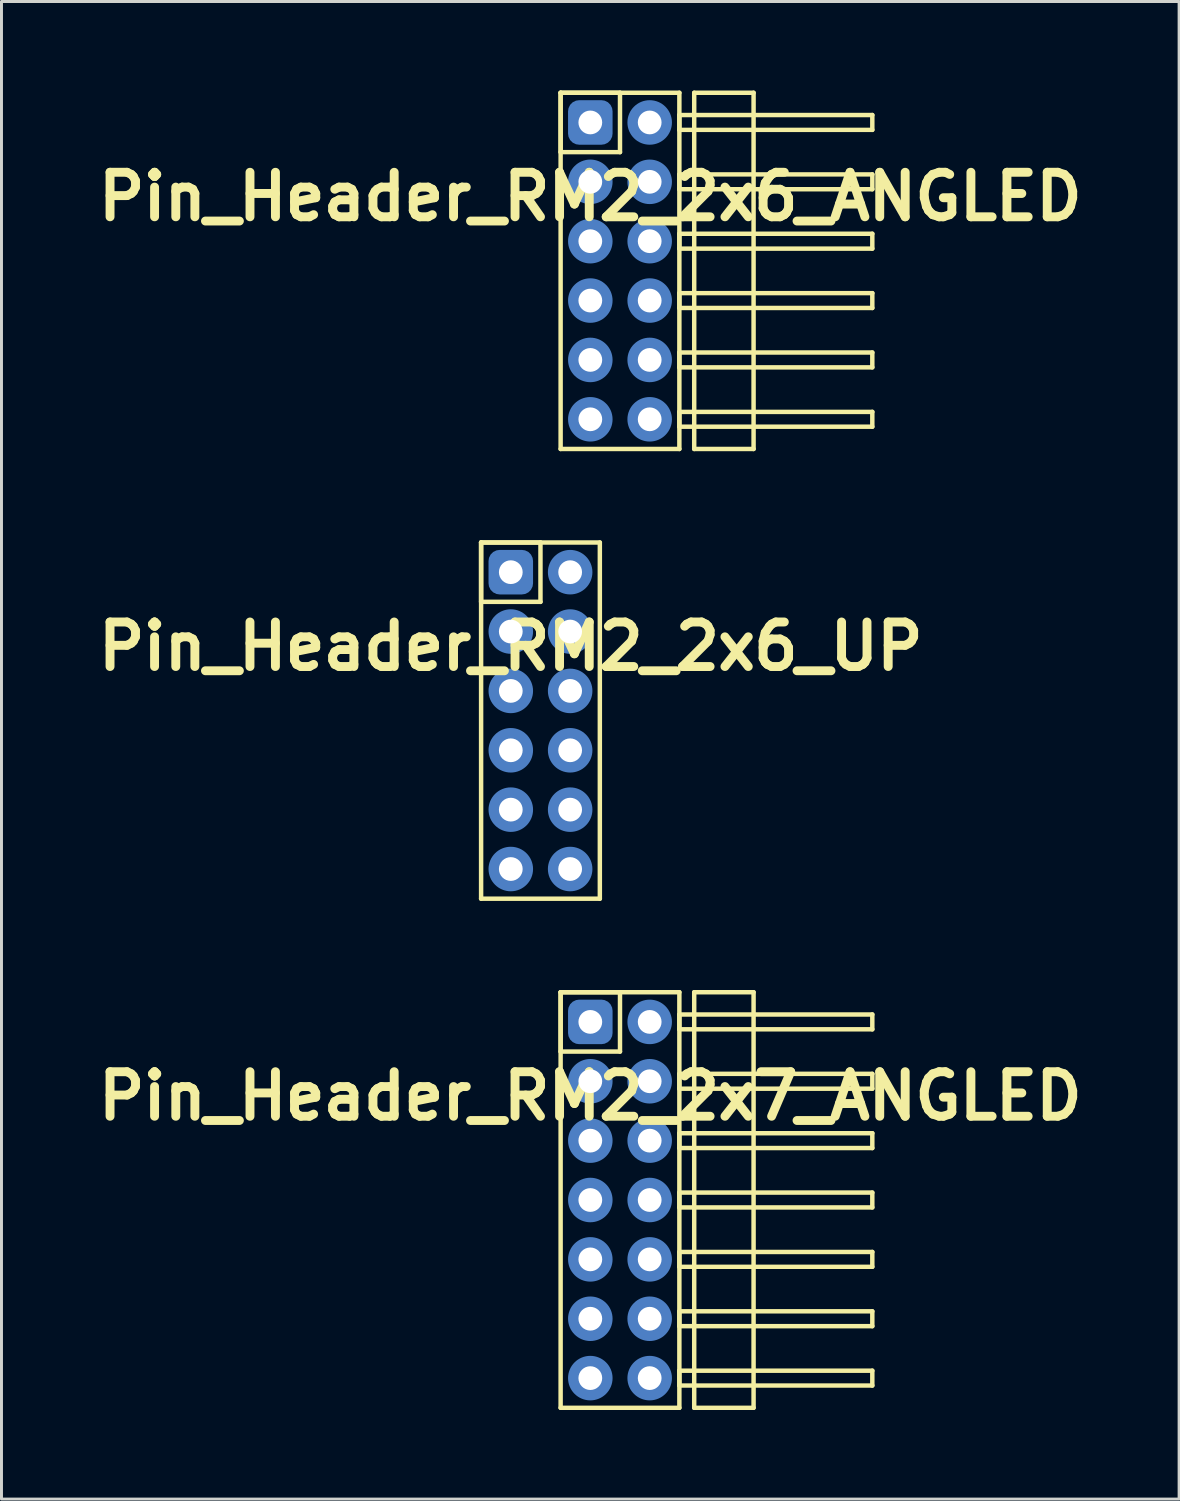
<source format=kicad_pcb>
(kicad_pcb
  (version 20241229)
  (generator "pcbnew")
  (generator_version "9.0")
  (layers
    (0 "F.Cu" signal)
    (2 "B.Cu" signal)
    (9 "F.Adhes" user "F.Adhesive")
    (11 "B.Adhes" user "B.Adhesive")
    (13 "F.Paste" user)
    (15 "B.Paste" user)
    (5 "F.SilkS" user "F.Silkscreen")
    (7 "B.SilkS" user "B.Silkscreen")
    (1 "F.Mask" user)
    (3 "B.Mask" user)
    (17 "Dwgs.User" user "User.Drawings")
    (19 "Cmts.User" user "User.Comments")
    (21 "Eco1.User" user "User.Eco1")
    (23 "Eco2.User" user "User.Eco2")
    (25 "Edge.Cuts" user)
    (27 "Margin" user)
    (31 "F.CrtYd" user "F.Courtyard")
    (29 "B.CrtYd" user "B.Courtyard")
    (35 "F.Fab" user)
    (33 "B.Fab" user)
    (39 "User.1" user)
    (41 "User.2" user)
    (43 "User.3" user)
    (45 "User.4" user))
  (footprint "Pin_Header_RM2_2x7_ANGLED"
    (layer "F.Cu")
    (at 16.836 31.375)
    (property "Reference" "Pin_Header_RM2_2x7_ANGLED" (at 0 2.5 0) (layer "F.SilkS") (effects (font (size 1.5 1.5) (thickness 0.3))))
    (attr through_hole)
    (fp_line (start -1 -1) (end 1 -1) (stroke (width 0.15) (type solid)) (layer "F.SilkS"))
    (fp_line (start -1 -1) (end 3 -1) (stroke (width 0.15) (type solid)) (layer "F.SilkS"))
    (fp_line (start -1 1) (end -1 -1) (stroke (width 0.15) (type solid)) (layer "F.SilkS"))
    (fp_line (start -1 13) (end -1 -1) (stroke (width 0.15) (type solid)) (layer "F.SilkS"))
    (fp_line (start 1 -1) (end 1 1) (stroke (width 0.15) (type solid)) (layer "F.SilkS"))
    (fp_line (start 1 1) (end -1 1) (stroke (width 0.15) (type solid)) (layer "F.SilkS"))
    (fp_line (start 3 -1) (end 3 13) (stroke (width 0.15) (type solid)) (layer "F.SilkS"))
    (fp_line (start 3 -0.25) (end 9.5 -0.25) (stroke (width 0.15) (type solid)) (layer "F.SilkS"))
    (fp_line (start 3 0.25) (end 3 -0.25) (stroke (width 0.15) (type solid)) (layer "F.SilkS"))
    (fp_line (start 3 1.75) (end 9.5 1.75) (stroke (width 0.15) (type solid)) (layer "F.SilkS"))
    (fp_line (start 3 2.25) (end 3 1.75) (stroke (width 0.15) (type solid)) (layer "F.SilkS"))
    (fp_line (start 3 3.75) (end 9.5 3.75) (stroke (width 0.15) (type solid)) (layer "F.SilkS"))
    (fp_line (start 3 4.25) (end 3 3.75) (stroke (width 0.15) (type solid)) (layer "F.SilkS"))
    (fp_line (start 3 5.75) (end 9.5 5.75) (stroke (width 0.15) (type solid)) (layer "F.SilkS"))
    (fp_line (start 3 6.25) (end 3 5.75) (stroke (width 0.15) (type solid)) (layer "F.SilkS"))
    (fp_line (start 3 7.75) (end 9.5 7.75) (stroke (width 0.15) (type solid)) (layer "F.SilkS"))
    (fp_line (start 3 8.25) (end 3 7.75) (stroke (width 0.15) (type solid)) (layer "F.SilkS"))
    (fp_line (start 3 9.75) (end 9.5 9.75) (stroke (width 0.15) (type solid)) (layer "F.SilkS"))
    (fp_line (start 3 10.25) (end 3 9.75) (stroke (width 0.15) (type solid)) (layer "F.SilkS"))
    (fp_line (start 3 11.75) (end 9.5 11.75) (stroke (width 0.15) (type solid)) (layer "F.SilkS"))
    (fp_line (start 3 12.25) (end 3 11.75) (stroke (width 0.15) (type solid)) (layer "F.SilkS"))
    (fp_line (start 3 13) (end -1 13) (stroke (width 0.15) (type solid)) (layer "F.SilkS"))
    (fp_line (start 3.5 -1) (end 5.5 -1) (stroke (width 0.15) (type solid)) (layer "F.SilkS"))
    (fp_line (start 3.5 13) (end 3.5 -1) (stroke (width 0.15) (type solid)) (layer "F.SilkS"))
    (fp_line (start 5.5 -1) (end 5.5 13) (stroke (width 0.15) (type solid)) (layer "F.SilkS"))
    (fp_line (start 5.5 13) (end 3.5 13) (stroke (width 0.15) (type solid)) (layer "F.SilkS"))
    (fp_line (start 9.5 -0.25) (end 9.5 0.25) (stroke (width 0.15) (type solid)) (layer "F.SilkS"))
    (fp_line (start 9.5 0.25) (end 3 0.25) (stroke (width 0.15) (type solid)) (layer "F.SilkS"))
    (fp_line (start 9.5 1.75) (end 9.5 2.25) (stroke (width 0.15) (type solid)) (layer "F.SilkS"))
    (fp_line (start 9.5 2.25) (end 3 2.25) (stroke (width 0.15) (type solid)) (layer "F.SilkS"))
    (fp_line (start 9.5 3.75) (end 9.5 4.25) (stroke (width 0.15) (type solid)) (layer "F.SilkS"))
    (fp_line (start 9.5 4.25) (end 3 4.25) (stroke (width 0.15) (type solid)) (layer "F.SilkS"))
    (fp_line (start 9.5 5.75) (end 9.5 6.25) (stroke (width 0.15) (type solid)) (layer "F.SilkS"))
    (fp_line (start 9.5 6.25) (end 3 6.25) (stroke (width 0.15) (type solid)) (layer "F.SilkS"))
    (fp_line (start 9.5 7.75) (end 9.5 8.25) (stroke (width 0.15) (type solid)) (layer "F.SilkS"))
    (fp_line (start 9.5 8.25) (end 3 8.25) (stroke (width 0.15) (type solid)) (layer "F.SilkS"))
    (fp_line (start 9.5 9.75) (end 9.5 10.25) (stroke (width 0.15) (type solid)) (layer "F.SilkS"))
    (fp_line (start 9.5 10.25) (end 3 10.25) (stroke (width 0.15) (type solid)) (layer "F.SilkS"))
    (fp_line (start 9.5 11.75) (end 9.5 12.25) (stroke (width 0.15) (type solid)) (layer "F.SilkS"))
    (fp_line (start 9.5 12.25) (end 3 12.25) (stroke (width 0.15) (type solid)) (layer "F.SilkS"))
    (pad "1" thru_hole circle (at 0 0) (size 1.1 1.1) (drill 0.8) (layers "*.Cu" "*.Mask"))
    (pad "1" smd roundrect (at 0 0) (size 1.25 1.25) (layers "F.Cu" "F.Mask") (roundrect_rratio 0.25))
    (pad "1" smd roundrect (at 0 0) (size 1.5 1.5) (layers "B.Cu" "B.Mask") (roundrect_rratio 0.25))
    (pad "2" thru_hole circle (at 2 0) (size 1.1 1.1) (drill 0.8) (layers "*.Cu" "*.Mask"))
    (pad "2" smd circle (at 2 0) (size 1.25 1.25) (layers "F.Cu" "F.Mask"))
    (pad "2" smd circle (at 2 0) (size 1.5 1.5) (layers "B.Cu" "B.Mask"))
    (pad "3" thru_hole circle (at 0 2) (size 1.1 1.1) (drill 0.8) (layers "*.Cu" "*.Mask"))
    (pad "3" smd circle (at 0 2) (size 1.25 1.25) (layers "F.Cu" "F.Mask"))
    (pad "3" smd circle (at 0 2) (size 1.5 1.5) (layers "B.Cu" "B.Mask"))
    (pad "4" thru_hole circle (at 2 2) (size 1.1 1.1) (drill 0.8) (layers "*.Cu" "*.Mask"))
    (pad "4" smd circle (at 2 2) (size 1.25 1.25) (layers "F.Cu" "F.Mask"))
    (pad "4" smd circle (at 2 2) (size 1.5 1.5) (layers "B.Cu" "B.Mask"))
    (pad "5" thru_hole circle (at 0 4) (size 1.1 1.1) (drill 0.8) (layers "*.Cu" "*.Mask"))
    (pad "5" smd circle (at 0 4) (size 1.25 1.25) (layers "F.Cu" "F.Mask"))
    (pad "5" smd circle (at 0 4) (size 1.5 1.5) (layers "B.Cu" "B.Mask"))
    (pad "6" thru_hole circle (at 2 4) (size 1.1 1.1) (drill 0.8) (layers "*.Cu" "*.Mask"))
    (pad "6" smd circle (at 2 4) (size 1.25 1.25) (layers "F.Cu" "F.Mask"))
    (pad "6" smd circle (at 2 4) (size 1.5 1.5) (layers "B.Cu" "B.Mask"))
    (pad "7" thru_hole circle (at 0 6) (size 1.1 1.1) (drill 0.8) (layers "*.Cu" "*.Mask"))
    (pad "7" smd circle (at 0 6) (size 1.25 1.25) (layers "F.Cu" "F.Mask"))
    (pad "7" smd circle (at 0 6) (size 1.5 1.5) (layers "B.Cu" "B.Mask"))
    (pad "8" thru_hole circle (at 2 6) (size 1.1 1.1) (drill 0.8) (layers "*.Cu" "*.Mask"))
    (pad "8" smd circle (at 2 6) (size 1.25 1.25) (layers "F.Cu" "F.Mask"))
    (pad "8" smd circle (at 2 6) (size 1.5 1.5) (layers "B.Cu" "B.Mask"))
    (pad "9" thru_hole circle (at 0 8) (size 1.1 1.1) (drill 0.8) (layers "*.Cu" "*.Mask"))
    (pad "9" smd circle (at 0 8) (size 1.25 1.25) (layers "F.Cu" "F.Mask"))
    (pad "9" smd circle (at 0 8) (size 1.5 1.5) (layers "B.Cu" "B.Mask"))
    (pad "10" thru_hole circle (at 2 8) (size 1.1 1.1) (drill 0.8) (layers "*.Cu" "*.Mask"))
    (pad "10" smd circle (at 2 8) (size 1.25 1.25) (layers "F.Cu" "F.Mask"))
    (pad "10" smd circle (at 2 8) (size 1.5 1.5) (layers "B.Cu" "B.Mask"))
    (pad "11" thru_hole circle (at 0 10) (size 1.1 1.1) (drill 0.8) (layers "*.Cu" "*.Mask"))
    (pad "11" smd circle (at 0 10) (size 1.25 1.25) (layers "F.Cu" "F.Mask"))
    (pad "11" smd circle (at 0 10) (size 1.5 1.5) (layers "B.Cu" "B.Mask"))
    (pad "12" thru_hole circle (at 2 10) (size 1.1 1.1) (drill 0.8) (layers "*.Cu" "*.Mask"))
    (pad "12" smd circle (at 2 10) (size 1.25 1.25) (layers "F.Cu" "F.Mask"))
    (pad "12" smd circle (at 2 10) (size 1.5 1.5) (layers "B.Cu" "B.Mask"))
    (pad "13" thru_hole circle (at 0 12) (size 1.1 1.1) (drill 0.8) (layers "*.Cu" "*.Mask"))
    (pad "13" smd circle (at 0 12) (size 1.25 1.25) (layers "F.Cu" "F.Mask"))
    (pad "13" smd circle (at 0 12) (size 1.5 1.5) (layers "B.Cu" "B.Mask"))
    (pad "14" thru_hole circle (at 2 12) (size 1.1 1.1) (drill 0.8) (layers "*.Cu" "*.Mask"))
    (pad "14" smd circle (at 2 12) (size 1.25 1.25) (layers "F.Cu" "F.Mask"))
    (pad "14" smd circle (at 2 12) (size 1.5 1.5) (layers "B.Cu" "B.Mask")))
  (footprint "Pin_Header_RM2_2x6_UP"
    (layer "F.Cu")
    (at 14.157 16.225)
    (property "Reference" "Pin_Header_RM2_2x6_UP" (at 0 2.5 0) (layer "F.SilkS") (effects (font (size 1.5 1.5) (thickness 0.3))))
    (attr through_hole)
    (fp_line (start -1 -1) (end 1 -1) (stroke (width 0.15) (type solid)) (layer "F.SilkS"))
    (fp_line (start -1 -1) (end 3 -1) (stroke (width 0.15) (type solid)) (layer "F.SilkS"))
    (fp_line (start -1 1) (end -1 -1) (stroke (width 0.15) (type solid)) (layer "F.SilkS"))
    (fp_line (start -1 11) (end -1 -1) (stroke (width 0.15) (type solid)) (layer "F.SilkS"))
    (fp_line (start 1 -1) (end 1 1) (stroke (width 0.15) (type solid)) (layer "F.SilkS"))
    (fp_line (start 1 1) (end -1 1) (stroke (width 0.15) (type solid)) (layer "F.SilkS"))
    (fp_line (start 3 -1) (end 3 11) (stroke (width 0.15) (type solid)) (layer "F.SilkS"))
    (fp_line (start 3 11) (end -1 11) (stroke (width 0.15) (type solid)) (layer "F.SilkS"))
    (pad "1" thru_hole circle (at 0 0) (size 1.1 1.1) (drill 0.8) (layers "*.Cu" "*.Mask"))
    (pad "1" smd roundrect (at 0 0) (size 1.25 1.25) (layers "F.Cu" "F.Mask") (roundrect_rratio 0.25))
    (pad "1" smd roundrect (at 0 0) (size 1.5 1.5) (layers "B.Cu" "B.Mask") (roundrect_rratio 0.25))
    (pad "2" thru_hole circle (at 2 0) (size 1.1 1.1) (drill 0.8) (layers "*.Cu" "*.Mask"))
    (pad "2" smd circle (at 2 0) (size 1.25 1.25) (layers "F.Cu" "F.Mask"))
    (pad "2" smd circle (at 2 0) (size 1.5 1.5) (layers "B.Cu" "B.Mask"))
    (pad "3" thru_hole circle (at 0 2) (size 1.1 1.1) (drill 0.8) (layers "*.Cu" "*.Mask"))
    (pad "3" smd circle (at 0 2) (size 1.25 1.25) (layers "F.Cu" "F.Mask"))
    (pad "3" smd circle (at 0 2) (size 1.5 1.5) (layers "B.Cu" "B.Mask"))
    (pad "4" thru_hole circle (at 2 2) (size 1.1 1.1) (drill 0.8) (layers "*.Cu" "*.Mask"))
    (pad "4" smd circle (at 2 2) (size 1.25 1.25) (layers "F.Cu" "F.Mask"))
    (pad "4" smd circle (at 2 2) (size 1.5 1.5) (layers "B.Cu" "B.Mask"))
    (pad "5" thru_hole circle (at 0 4) (size 1.1 1.1) (drill 0.8) (layers "*.Cu" "*.Mask"))
    (pad "5" smd circle (at 0 4) (size 1.25 1.25) (layers "F.Cu" "F.Mask"))
    (pad "5" smd circle (at 0 4) (size 1.5 1.5) (layers "B.Cu" "B.Mask"))
    (pad "6" thru_hole circle (at 2 4) (size 1.1 1.1) (drill 0.8) (layers "*.Cu" "*.Mask"))
    (pad "6" smd circle (at 2 4) (size 1.25 1.25) (layers "F.Cu" "F.Mask"))
    (pad "6" smd circle (at 2 4) (size 1.5 1.5) (layers "B.Cu" "B.Mask"))
    (pad "7" thru_hole circle (at 0 6) (size 1.1 1.1) (drill 0.8) (layers "*.Cu" "*.Mask"))
    (pad "7" smd circle (at 0 6) (size 1.25 1.25) (layers "F.Cu" "F.Mask"))
    (pad "7" smd circle (at 0 6) (size 1.5 1.5) (layers "B.Cu" "B.Mask"))
    (pad "8" thru_hole circle (at 2 6) (size 1.1 1.1) (drill 0.8) (layers "*.Cu" "*.Mask"))
    (pad "8" smd circle (at 2 6) (size 1.25 1.25) (layers "F.Cu" "F.Mask"))
    (pad "8" smd circle (at 2 6) (size 1.5 1.5) (layers "B.Cu" "B.Mask"))
    (pad "9" thru_hole circle (at 0 8) (size 1.1 1.1) (drill 0.8) (layers "*.Cu" "*.Mask"))
    (pad "9" smd circle (at 0 8) (size 1.25 1.25) (layers "F.Cu" "F.Mask"))
    (pad "9" smd circle (at 0 8) (size 1.5 1.5) (layers "B.Cu" "B.Mask"))
    (pad "10" thru_hole circle (at 2 8) (size 1.1 1.1) (drill 0.8) (layers "*.Cu" "*.Mask"))
    (pad "10" smd circle (at 2 8) (size 1.25 1.25) (layers "F.Cu" "F.Mask"))
    (pad "10" smd circle (at 2 8) (size 1.5 1.5) (layers "B.Cu" "B.Mask"))
    (pad "11" thru_hole circle (at 0 10) (size 1.1 1.1) (drill 0.8) (layers "*.Cu" "*.Mask"))
    (pad "11" smd circle (at 0 10) (size 1.25 1.25) (layers "F.Cu" "F.Mask"))
    (pad "11" smd circle (at 0 10) (size 1.5 1.5) (layers "B.Cu" "B.Mask"))
    (pad "12" thru_hole circle (at 2 10) (size 1.1 1.1) (drill 0.8) (layers "*.Cu" "*.Mask"))
    (pad "12" smd circle (at 2 10) (size 1.25 1.25) (layers "F.Cu" "F.Mask"))
    (pad "12" smd circle (at 2 10) (size 1.5 1.5) (layers "B.Cu" "B.Mask")))
  (footprint "Pin_Header_RM2_2x6_ANGLED"
    (layer "F.Cu")
    (at 16.836 1.075)
    (property "Reference" "Pin_Header_RM2_2x6_ANGLED" (at 0 2.5 0) (layer "F.SilkS") (effects (font (size 1.5 1.5) (thickness 0.3))))
    (attr through_hole)
    (fp_line (start -1 -1) (end 1 -1) (stroke (width 0.15) (type solid)) (layer "F.SilkS"))
    (fp_line (start -1 -1) (end 3 -1) (stroke (width 0.15) (type solid)) (layer "F.SilkS"))
    (fp_line (start -1 1) (end -1 -1) (stroke (width 0.15) (type solid)) (layer "F.SilkS"))
    (fp_line (start -1 11) (end -1 -1) (stroke (width 0.15) (type solid)) (layer "F.SilkS"))
    (fp_line (start 1 -1) (end 1 1) (stroke (width 0.15) (type solid)) (layer "F.SilkS"))
    (fp_line (start 1 1) (end -1 1) (stroke (width 0.15) (type solid)) (layer "F.SilkS"))
    (fp_line (start 3 -1) (end 3 11) (stroke (width 0.15) (type solid)) (layer "F.SilkS"))
    (fp_line (start 3 -0.25) (end 9.5 -0.25) (stroke (width 0.15) (type solid)) (layer "F.SilkS"))
    (fp_line (start 3 0.25) (end 3 -0.25) (stroke (width 0.15) (type solid)) (layer "F.SilkS"))
    (fp_line (start 3 1.75) (end 9.5 1.75) (stroke (width 0.15) (type solid)) (layer "F.SilkS"))
    (fp_line (start 3 2.25) (end 3 1.75) (stroke (width 0.15) (type solid)) (layer "F.SilkS"))
    (fp_line (start 3 3.75) (end 9.5 3.75) (stroke (width 0.15) (type solid)) (layer "F.SilkS"))
    (fp_line (start 3 4.25) (end 3 3.75) (stroke (width 0.15) (type solid)) (layer "F.SilkS"))
    (fp_line (start 3 5.75) (end 9.5 5.75) (stroke (width 0.15) (type solid)) (layer "F.SilkS"))
    (fp_line (start 3 6.25) (end 3 5.75) (stroke (width 0.15) (type solid)) (layer "F.SilkS"))
    (fp_line (start 3 7.75) (end 9.5 7.75) (stroke (width 0.15) (type solid)) (layer "F.SilkS"))
    (fp_line (start 3 8.25) (end 3 7.75) (stroke (width 0.15) (type solid)) (layer "F.SilkS"))
    (fp_line (start 3 9.75) (end 9.5 9.75) (stroke (width 0.15) (type solid)) (layer "F.SilkS"))
    (fp_line (start 3 10.25) (end 3 9.75) (stroke (width 0.15) (type solid)) (layer "F.SilkS"))
    (fp_line (start 3 11) (end -1 11) (stroke (width 0.15) (type solid)) (layer "F.SilkS"))
    (fp_line (start 3.5 -1) (end 5.5 -1) (stroke (width 0.15) (type solid)) (layer "F.SilkS"))
    (fp_line (start 3.5 11) (end 3.5 -1) (stroke (width 0.15) (type solid)) (layer "F.SilkS"))
    (fp_line (start 5.5 -1) (end 5.5 11) (stroke (width 0.15) (type solid)) (layer "F.SilkS"))
    (fp_line (start 5.5 11) (end 3.5 11) (stroke (width 0.15) (type solid)) (layer "F.SilkS"))
    (fp_line (start 9.5 -0.25) (end 9.5 0.25) (stroke (width 0.15) (type solid)) (layer "F.SilkS"))
    (fp_line (start 9.5 0.25) (end 3 0.25) (stroke (width 0.15) (type solid)) (layer "F.SilkS"))
    (fp_line (start 9.5 1.75) (end 9.5 2.25) (stroke (width 0.15) (type solid)) (layer "F.SilkS"))
    (fp_line (start 9.5 2.25) (end 3 2.25) (stroke (width 0.15) (type solid)) (layer "F.SilkS"))
    (fp_line (start 9.5 3.75) (end 9.5 4.25) (stroke (width 0.15) (type solid)) (layer "F.SilkS"))
    (fp_line (start 9.5 4.25) (end 3 4.25) (stroke (width 0.15) (type solid)) (layer "F.SilkS"))
    (fp_line (start 9.5 5.75) (end 9.5 6.25) (stroke (width 0.15) (type solid)) (layer "F.SilkS"))
    (fp_line (start 9.5 6.25) (end 3 6.25) (stroke (width 0.15) (type solid)) (layer "F.SilkS"))
    (fp_line (start 9.5 7.75) (end 9.5 8.25) (stroke (width 0.15) (type solid)) (layer "F.SilkS"))
    (fp_line (start 9.5 8.25) (end 3 8.25) (stroke (width 0.15) (type solid)) (layer "F.SilkS"))
    (fp_line (start 9.5 9.75) (end 9.5 10.25) (stroke (width 0.15) (type solid)) (layer "F.SilkS"))
    (fp_line (start 9.5 10.25) (end 3 10.25) (stroke (width 0.15) (type solid)) (layer "F.SilkS"))
    (pad "1" thru_hole circle (at 0 0) (size 1.1 1.1) (drill 0.8) (layers "*.Cu" "*.Mask"))
    (pad "1" smd roundrect (at 0 0) (size 1.25 1.25) (layers "F.Cu" "F.Mask") (roundrect_rratio 0.25))
    (pad "1" smd roundrect (at 0 0) (size 1.5 1.5) (layers "B.Cu" "B.Mask") (roundrect_rratio 0.25))
    (pad "2" thru_hole circle (at 2 0) (size 1.1 1.1) (drill 0.8) (layers "*.Cu" "*.Mask"))
    (pad "2" smd circle (at 2 0) (size 1.25 1.25) (layers "F.Cu" "F.Mask"))
    (pad "2" smd circle (at 2 0) (size 1.5 1.5) (layers "B.Cu" "B.Mask"))
    (pad "3" thru_hole circle (at 0 2) (size 1.1 1.1) (drill 0.8) (layers "*.Cu" "*.Mask"))
    (pad "3" smd circle (at 0 2) (size 1.25 1.25) (layers "F.Cu" "F.Mask"))
    (pad "3" smd circle (at 0 2) (size 1.5 1.5) (layers "B.Cu" "B.Mask"))
    (pad "4" thru_hole circle (at 2 2) (size 1.1 1.1) (drill 0.8) (layers "*.Cu" "*.Mask"))
    (pad "4" smd circle (at 2 2) (size 1.25 1.25) (layers "F.Cu" "F.Mask"))
    (pad "4" smd circle (at 2 2) (size 1.5 1.5) (layers "B.Cu" "B.Mask"))
    (pad "5" thru_hole circle (at 0 4) (size 1.1 1.1) (drill 0.8) (layers "*.Cu" "*.Mask"))
    (pad "5" smd circle (at 0 4) (size 1.25 1.25) (layers "F.Cu" "F.Mask"))
    (pad "5" smd circle (at 0 4) (size 1.5 1.5) (layers "B.Cu" "B.Mask"))
    (pad "6" thru_hole circle (at 2 4) (size 1.1 1.1) (drill 0.8) (layers "*.Cu" "*.Mask"))
    (pad "6" smd circle (at 2 4) (size 1.25 1.25) (layers "F.Cu" "F.Mask"))
    (pad "6" smd circle (at 2 4) (size 1.5 1.5) (layers "B.Cu" "B.Mask"))
    (pad "7" thru_hole circle (at 0 6) (size 1.1 1.1) (drill 0.8) (layers "*.Cu" "*.Mask"))
    (pad "7" smd circle (at 0 6) (size 1.25 1.25) (layers "F.Cu" "F.Mask"))
    (pad "7" smd circle (at 0 6) (size 1.5 1.5) (layers "B.Cu" "B.Mask"))
    (pad "8" thru_hole circle (at 2 6) (size 1.1 1.1) (drill 0.8) (layers "*.Cu" "*.Mask"))
    (pad "8" smd circle (at 2 6) (size 1.25 1.25) (layers "F.Cu" "F.Mask"))
    (pad "8" smd circle (at 2 6) (size 1.5 1.5) (layers "B.Cu" "B.Mask"))
    (pad "9" thru_hole circle (at 0 8) (size 1.1 1.1) (drill 0.8) (layers "*.Cu" "*.Mask"))
    (pad "9" smd circle (at 0 8) (size 1.25 1.25) (layers "F.Cu" "F.Mask"))
    (pad "9" smd circle (at 0 8) (size 1.5 1.5) (layers "B.Cu" "B.Mask"))
    (pad "10" thru_hole circle (at 2 8) (size 1.1 1.1) (drill 0.8) (layers "*.Cu" "*.Mask"))
    (pad "10" smd circle (at 2 8) (size 1.25 1.25) (layers "F.Cu" "F.Mask"))
    (pad "10" smd circle (at 2 8) (size 1.5 1.5) (layers "B.Cu" "B.Mask"))
    (pad "11" thru_hole circle (at 0 10) (size 1.1 1.1) (drill 0.8) (layers "*.Cu" "*.Mask"))
    (pad "11" smd circle (at 0 10) (size 1.25 1.25) (layers "F.Cu" "F.Mask"))
    (pad "11" smd circle (at 0 10) (size 1.5 1.5) (layers "B.Cu" "B.Mask"))
    (pad "12" thru_hole circle (at 2 10) (size 1.1 1.1) (drill 0.8) (layers "*.Cu" "*.Mask"))
    (pad "12" smd circle (at 2 10) (size 1.25 1.25) (layers "F.Cu" "F.Mask"))
    (pad "12" smd circle (at 2 10) (size 1.5 1.5) (layers "B.Cu" "B.Mask")))
  (gr_rect
    (start -3 -3)
    (end 36.671 47.45)
    (stroke (width 0.1) (type default))
    (fill no)
    (layer "Edge.Cuts")))
</source>
